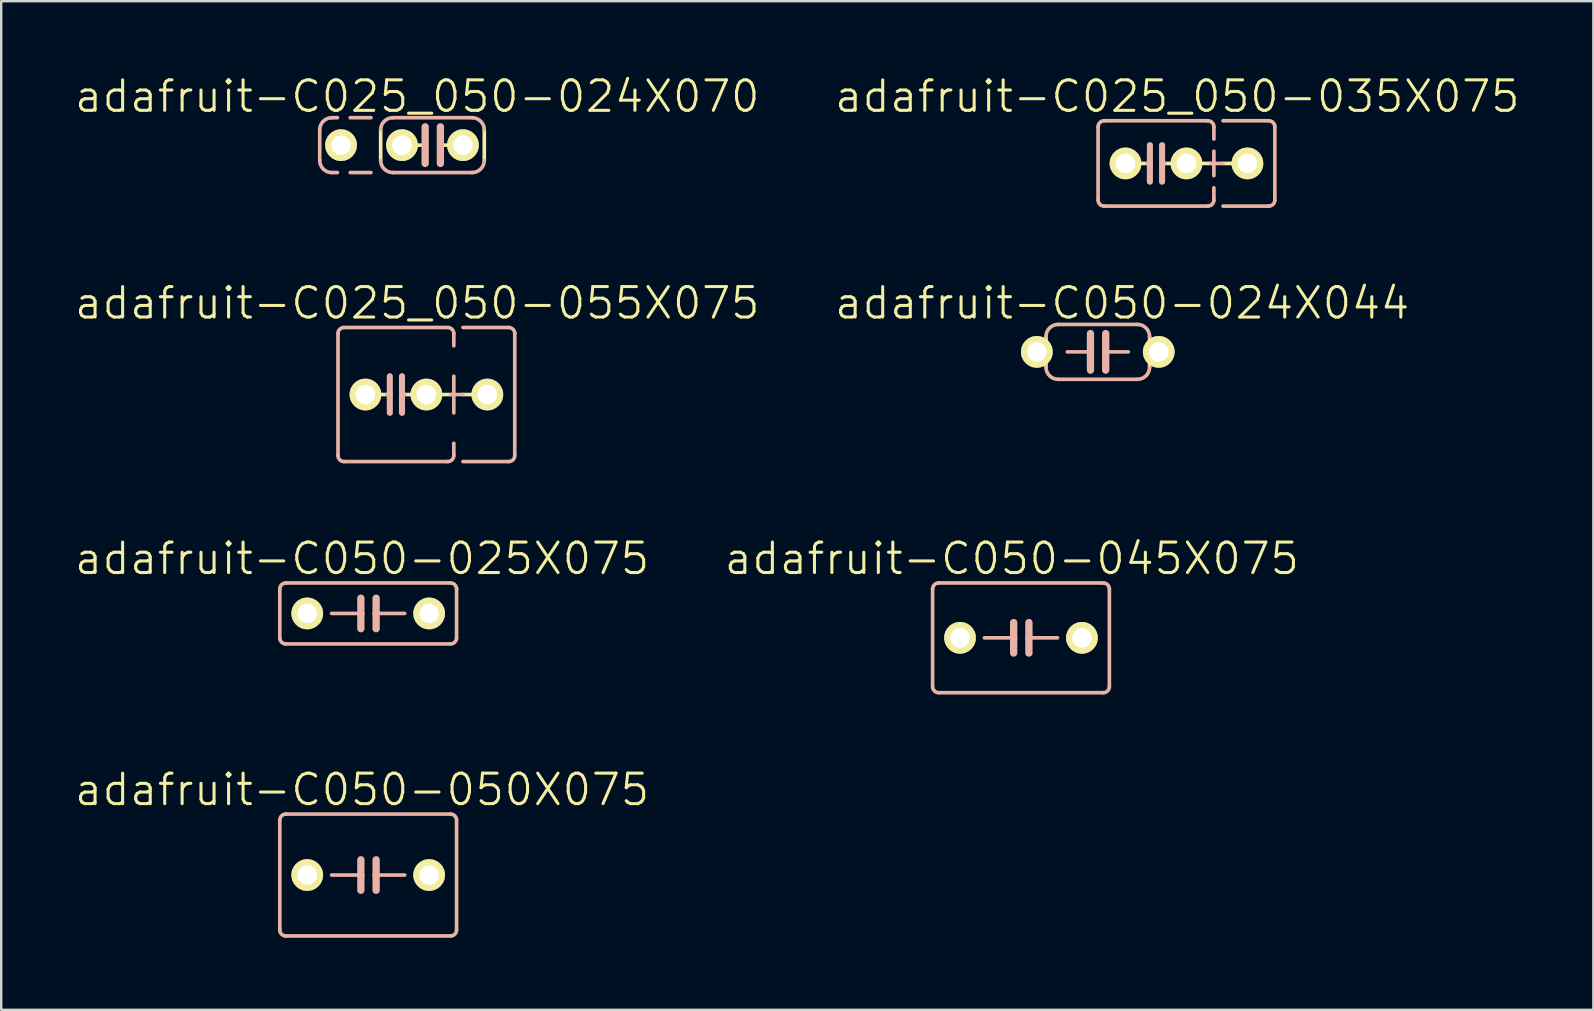
<source format=kicad_pcb>
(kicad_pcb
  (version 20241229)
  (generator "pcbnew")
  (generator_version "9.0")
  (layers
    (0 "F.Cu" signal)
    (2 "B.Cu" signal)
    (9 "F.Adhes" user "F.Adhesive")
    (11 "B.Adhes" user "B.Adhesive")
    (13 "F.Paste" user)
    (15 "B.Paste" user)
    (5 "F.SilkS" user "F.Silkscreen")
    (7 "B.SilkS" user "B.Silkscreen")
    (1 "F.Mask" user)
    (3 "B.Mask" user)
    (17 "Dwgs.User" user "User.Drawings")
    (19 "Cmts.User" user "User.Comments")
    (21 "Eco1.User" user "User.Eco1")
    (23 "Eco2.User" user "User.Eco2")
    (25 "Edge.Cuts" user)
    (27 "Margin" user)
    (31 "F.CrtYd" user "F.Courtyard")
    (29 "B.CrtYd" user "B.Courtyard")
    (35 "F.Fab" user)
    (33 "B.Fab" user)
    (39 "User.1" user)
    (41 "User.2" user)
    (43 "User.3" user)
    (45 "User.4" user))
  (footprint "adafruit-C050-045X075"
    (layer "F.Cu")
    (at 39.494 23.528)
    (property "Reference" "adafruit-C050-045X075" (at -0.381 -3.302 0) (layer "F.SilkS") (effects (font (size 1.27 1.27) (thickness 0.127))))
    (attr exclude_from_pos_files exclude_from_bom)
    (fp_line (start -3.683 -2.032) (end -3.683 2.032) (stroke (width 0.152) (type solid)) (layer "B.SilkS"))
    (fp_line (start -3.429 2.286) (end 3.429 2.286) (stroke (width 0.152) (type solid)) (layer "B.SilkS"))
    (fp_line (start -0.305 -0.635) (end -0.305 0) (stroke (width 0.305) (type solid)) (layer "B.SilkS"))
    (fp_line (start -0.305 0) (end -1.524 0) (stroke (width 0.152) (type solid)) (layer "B.SilkS"))
    (fp_line (start -0.305 0) (end -0.305 0.635) (stroke (width 0.305) (type solid)) (layer "B.SilkS"))
    (fp_line (start 0.33 -0.635) (end 0.33 0) (stroke (width 0.305) (type solid)) (layer "B.SilkS"))
    (fp_line (start 0.33 0) (end 0.33 0.635) (stroke (width 0.305) (type solid)) (layer "B.SilkS"))
    (fp_line (start 0.33 0) (end 1.524 0) (stroke (width 0.152) (type solid)) (layer "B.SilkS"))
    (fp_line (start 3.429 -2.286) (end -3.429 -2.286) (stroke (width 0.152) (type solid)) (layer "B.SilkS"))
    (fp_line (start 3.683 2.032) (end 3.683 -2.032) (stroke (width 0.152) (type solid)) (layer "B.SilkS"))
    (fp_arc (start -3.683 -2.032) (mid -3.608605 -2.211605) (end -3.429 -2.286) (stroke (width 0.1524) (type solid)) (layer "B.SilkS"))
    (fp_arc (start -3.429 2.286) (mid -3.608605 2.211605) (end -3.683 2.032) (stroke (width 0.1524) (type solid)) (layer "B.SilkS"))
    (fp_arc (start 3.429 -2.286) (mid 3.608605 -2.211605) (end 3.683 -2.032) (stroke (width 0.1524) (type solid)) (layer "B.SilkS"))
    (fp_arc (start 3.683 2.032) (mid 3.608605 2.211605) (end 3.429 2.286) (stroke (width 0.1524) (type solid)) (layer "B.SilkS"))
    (pad "1" thru_hole circle (at -2.54 0) (size 1.321 1.321) (drill 0.813) (layers "*.Cu" "F.Mask" "F.SilkS" "F.Paste"))
    (pad "2" thru_hole circle (at 2.54 0) (size 1.321 1.321) (drill 0.813) (layers "*.Cu" "F.Mask" "F.SilkS" "F.Paste")))
  (footprint "adafruit-C050-050X075"
    (layer "F.Cu")
    (at 12.292 33.412)
    (property "Reference" "adafruit-C050-050X075" (at -0.254 -3.556 0) (layer "F.SilkS") (effects (font (size 1.27 1.27) (thickness 0.127))))
    (attr exclude_from_pos_files exclude_from_bom)
    (fp_line (start -3.683 -2.286) (end -3.683 2.286) (stroke (width 0.152) (type solid)) (layer "B.SilkS"))
    (fp_line (start -3.429 2.54) (end 3.429 2.54) (stroke (width 0.152) (type solid)) (layer "B.SilkS"))
    (fp_line (start -0.305 -0.635) (end -0.305 0) (stroke (width 0.305) (type solid)) (layer "B.SilkS"))
    (fp_line (start -0.305 0) (end -1.524 0) (stroke (width 0.152) (type solid)) (layer "B.SilkS"))
    (fp_line (start -0.305 0) (end -0.305 0.635) (stroke (width 0.305) (type solid)) (layer "B.SilkS"))
    (fp_line (start 0.33 -0.635) (end 0.33 0) (stroke (width 0.305) (type solid)) (layer "B.SilkS"))
    (fp_line (start 0.33 0) (end 0.33 0.635) (stroke (width 0.305) (type solid)) (layer "B.SilkS"))
    (fp_line (start 0.33 0) (end 1.524 0) (stroke (width 0.152) (type solid)) (layer "B.SilkS"))
    (fp_line (start 3.429 -2.54) (end -3.429 -2.54) (stroke (width 0.152) (type solid)) (layer "B.SilkS"))
    (fp_line (start 3.683 2.286) (end 3.683 -2.286) (stroke (width 0.152) (type solid)) (layer "B.SilkS"))
    (fp_arc (start -3.683 -2.286) (mid -3.608605 -2.465605) (end -3.429 -2.54) (stroke (width 0.1524) (type solid)) (layer "B.SilkS"))
    (fp_arc (start -3.429 2.54) (mid -3.608605 2.465605) (end -3.683 2.286) (stroke (width 0.1524) (type solid)) (layer "B.SilkS"))
    (fp_arc (start 3.429 -2.54) (mid 3.608605 -2.465605) (end 3.683 -2.286) (stroke (width 0.1524) (type solid)) (layer "B.SilkS"))
    (fp_arc (start 3.683 2.286) (mid 3.608605 2.465605) (end 3.429 2.54) (stroke (width 0.1524) (type solid)) (layer "B.SilkS"))
    (pad "1" thru_hole circle (at -2.54 0) (size 1.321 1.321) (drill 0.813) (layers "*.Cu" "F.Mask" "F.SilkS" "F.Paste"))
    (pad "2" thru_hole circle (at 2.54 0) (size 1.321 1.321) (drill 0.813) (layers "*.Cu" "F.Mask" "F.SilkS" "F.Paste")))
  (footprint "adafruit-C025_050-024X070"
    (layer "F.Cu")
    (at 14.971 2.998)
    (property "Reference" "adafruit-C025_050-024X070" (at -0.635 -2.032 0) (layer "F.SilkS") (effects (font (size 1.27 1.27) (thickness 0.127))))
    (attr exclude_from_pos_files exclude_from_bom)
    (fp_line (start -2.159 0.635) (end -2.159 -0.635) (stroke (width 0.152) (type solid)) (layer "F.SilkS"))
    (fp_line (start -1.27 0) (end -0.305 0) (stroke (width 0.152) (type solid)) (layer "F.SilkS"))
    (fp_line (start 1.27 0) (end 0.33 0) (stroke (width 0.152) (type solid)) (layer "F.SilkS"))
    (fp_line (start 2.159 0.635) (end 2.159 -0.635) (stroke (width 0.152) (type solid)) (layer "F.SilkS"))
    (fp_line (start -4.699 0.635) (end -4.699 -0.635) (stroke (width 0.152) (type solid)) (layer "B.SilkS"))
    (fp_line (start -4.191 -1.143) (end -3.962 -1.143) (stroke (width 0.152) (type solid)) (layer "B.SilkS"))
    (fp_line (start -4.191 1.143) (end -3.962 1.143) (stroke (width 0.152) (type solid)) (layer "B.SilkS"))
    (fp_line (start -3.429 -1.143) (end -2.565 -1.143) (stroke (width 0.152) (type solid)) (layer "B.SilkS"))
    (fp_line (start -3.429 1.143) (end -2.565 1.143) (stroke (width 0.152) (type solid)) (layer "B.SilkS"))
    (fp_line (start -0.305 -0.762) (end -0.305 0.762) (stroke (width 0.305) (type solid)) (layer "B.SilkS"))
    (fp_line (start 0.33 -0.762) (end 0.33 0.762) (stroke (width 0.305) (type solid)) (layer "B.SilkS"))
    (fp_line (start 1.651 -1.143) (end -1.651 -1.143) (stroke (width 0.152) (type solid)) (layer "B.SilkS"))
    (fp_line (start 1.651 1.143) (end -1.651 1.143) (stroke (width 0.152) (type solid)) (layer "B.SilkS"))
    (fp_arc (start -4.699 -0.635) (mid -4.55021 -0.99421) (end -4.191 -1.143) (stroke (width 0.1524) (type solid)) (layer "B.SilkS"))
    (fp_arc (start -4.191 1.143) (mid -4.55021 0.99421) (end -4.699 0.635) (stroke (width 0.1524) (type solid)) (layer "B.SilkS"))
    (fp_arc (start -2.159 -0.635) (mid -2.01021 -0.99421) (end -1.651 -1.143) (stroke (width 0.1524) (type solid)) (layer "B.SilkS"))
    (fp_arc (start -1.651 1.143) (mid -2.01021 0.99421) (end -2.159 0.635) (stroke (width 0.1524) (type solid)) (layer "B.SilkS"))
    (fp_arc (start 1.651 -1.143) (mid 2.01021 -0.99421) (end 2.159 -0.635) (stroke (width 0.1524) (type solid)) (layer "B.SilkS"))
    (fp_arc (start 2.159 0.635) (mid 2.01021 0.99421) (end 1.651 1.143) (stroke (width 0.1524) (type solid)) (layer "B.SilkS"))
    (pad "1" thru_hole circle (at -3.81 0) (size 1.321 1.321) (drill 0.813) (layers "*.Cu" "F.Mask" "F.SilkS" "F.Paste"))
    (pad "2" thru_hole circle (at -1.27 0) (size 1.321 1.321) (drill 0.813) (layers "*.Cu" "F.Mask" "F.SilkS" "F.Paste"))
    (pad "3" thru_hole circle (at 1.27 0) (size 1.321 1.321) (drill 0.813) (layers "*.Cu" "F.Mask" "F.SilkS" "F.Paste")))
  (footprint "adafruit-C050-024X044"
    (layer "F.Cu")
    (at 42.694 11.612)
    (property "Reference" "adafruit-C050-024X044" (at 1.016 -2.032 0) (layer "F.SilkS") (effects (font (size 1.27 1.27) (thickness 0.127))))
    (attr exclude_from_pos_files exclude_from_bom)
    (fp_line (start -2.54 -0.381) (end -2.159 -0.381) (stroke (width 0.066) (type solid)) (layer "F.SilkS"))
    (fp_line (start -2.54 0.381) (end -2.54 -0.381) (stroke (width 0.066) (type solid)) (layer "F.SilkS"))
    (fp_line (start -2.54 0.381) (end -2.159 0.381) (stroke (width 0.066) (type solid)) (layer "F.SilkS"))
    (fp_line (start -2.159 0.381) (end -2.159 -0.381) (stroke (width 0.066) (type solid)) (layer "F.SilkS"))
    (fp_line (start -2.159 0.635) (end -2.159 -0.635) (stroke (width 0.152) (type solid)) (layer "F.SilkS"))
    (fp_line (start 2.159 -0.381) (end 2.54 -0.381) (stroke (width 0.066) (type solid)) (layer "F.SilkS"))
    (fp_line (start 2.159 0.381) (end 2.159 -0.381) (stroke (width 0.066) (type solid)) (layer "F.SilkS"))
    (fp_line (start 2.159 0.381) (end 2.54 0.381) (stroke (width 0.066) (type solid)) (layer "F.SilkS"))
    (fp_line (start 2.159 0.635) (end 2.159 -0.635) (stroke (width 0.152) (type solid)) (layer "F.SilkS"))
    (fp_line (start 2.54 0.381) (end 2.54 -0.381) (stroke (width 0.066) (type solid)) (layer "F.SilkS"))
    (fp_line (start -1.27 0) (end -0.305 0) (stroke (width 0.152) (type solid)) (layer "B.SilkS"))
    (fp_line (start -0.305 -0.762) (end -0.305 0) (stroke (width 0.305) (type solid)) (layer "B.SilkS"))
    (fp_line (start -0.305 0) (end -0.305 0.762) (stroke (width 0.305) (type solid)) (layer "B.SilkS"))
    (fp_line (start 0.33 -0.762) (end 0.33 0) (stroke (width 0.305) (type solid)) (layer "B.SilkS"))
    (fp_line (start 0.33 0) (end 0.33 0.762) (stroke (width 0.305) (type solid)) (layer "B.SilkS"))
    (fp_line (start 1.27 0) (end 0.33 0) (stroke (width 0.152) (type solid)) (layer "B.SilkS"))
    (fp_line (start 1.651 -1.143) (end -1.651 -1.143) (stroke (width 0.152) (type solid)) (layer "B.SilkS"))
    (fp_line (start 1.651 1.143) (end -1.651 1.143) (stroke (width 0.152) (type solid)) (layer "B.SilkS"))
    (fp_arc (start -2.159 -0.635) (mid -2.01021 -0.99421) (end -1.651 -1.143) (stroke (width 0.1524) (type solid)) (layer "B.SilkS"))
    (fp_arc (start -1.651 1.143) (mid -2.01021 0.99421) (end -2.159 0.635) (stroke (width 0.1524) (type solid)) (layer "B.SilkS"))
    (fp_arc (start 1.651 -1.143) (mid 2.01021 -0.99421) (end 2.159 -0.635) (stroke (width 0.1524) (type solid)) (layer "B.SilkS"))
    (fp_arc (start 2.159 0.635) (mid 2.01021 0.99421) (end 1.651 1.143) (stroke (width 0.1524) (type solid)) (layer "B.SilkS"))
    (pad "1" thru_hole circle (at -2.54 0) (size 1.321 1.321) (drill 0.813) (layers "*.Cu" "F.Mask" "F.SilkS" "F.Paste"))
    (pad "2" thru_hole circle (at 2.54 0) (size 1.321 1.321) (drill 0.813) (layers "*.Cu" "F.Mask" "F.SilkS" "F.Paste")))
  (footprint "adafruit-C050-025X075"
    (layer "F.Cu")
    (at 12.292 22.512)
    (property "Reference" "adafruit-C050-025X075" (at -0.254 -2.286 0) (layer "F.SilkS") (effects (font (size 1.27 1.27) (thickness 0.127))))
    (attr exclude_from_pos_files exclude_from_bom)
    (fp_line (start -3.683 -1.016) (end -3.683 1.016) (stroke (width 0.152) (type solid)) (layer "B.SilkS"))
    (fp_line (start -3.429 1.27) (end 3.429 1.27) (stroke (width 0.152) (type solid)) (layer "B.SilkS"))
    (fp_line (start -0.305 -0.635) (end -0.305 0) (stroke (width 0.305) (type solid)) (layer "B.SilkS"))
    (fp_line (start -0.305 0) (end -1.524 0) (stroke (width 0.152) (type solid)) (layer "B.SilkS"))
    (fp_line (start -0.305 0) (end -0.305 0.635) (stroke (width 0.305) (type solid)) (layer "B.SilkS"))
    (fp_line (start 0.33 -0.635) (end 0.33 0) (stroke (width 0.305) (type solid)) (layer "B.SilkS"))
    (fp_line (start 0.33 0) (end 0.33 0.635) (stroke (width 0.305) (type solid)) (layer "B.SilkS"))
    (fp_line (start 0.33 0) (end 1.524 0) (stroke (width 0.152) (type solid)) (layer "B.SilkS"))
    (fp_line (start 3.429 -1.27) (end -3.429 -1.27) (stroke (width 0.152) (type solid)) (layer "B.SilkS"))
    (fp_line (start 3.683 1.016) (end 3.683 -1.016) (stroke (width 0.152) (type solid)) (layer "B.SilkS"))
    (fp_arc (start -3.683 -1.016) (mid -3.608605 -1.195605) (end -3.429 -1.27) (stroke (width 0.1524) (type solid)) (layer "B.SilkS"))
    (fp_arc (start -3.429 1.27) (mid -3.608605 1.195605) (end -3.683 1.016) (stroke (width 0.1524) (type solid)) (layer "B.SilkS"))
    (fp_arc (start 3.429 -1.27) (mid 3.608605 -1.195605) (end 3.683 -1.016) (stroke (width 0.1524) (type solid)) (layer "B.SilkS"))
    (fp_arc (start 3.683 1.016) (mid 3.608605 1.195605) (end 3.429 1.27) (stroke (width 0.1524) (type solid)) (layer "B.SilkS"))
    (pad "1" thru_hole circle (at -2.54 0) (size 1.321 1.321) (drill 0.813) (layers "*.Cu" "F.Mask" "F.SilkS" "F.Paste"))
    (pad "2" thru_hole circle (at 2.54 0) (size 1.321 1.321) (drill 0.813) (layers "*.Cu" "F.Mask" "F.SilkS" "F.Paste")))
  (footprint "adafruit-C025_050-055X075"
    (layer "F.Cu")
    (at 13.447 13.39)
    (property "Reference" "adafruit-C025_050-055X075" (at 0.889 -3.81 0) (layer "F.SilkS") (effects (font (size 1.27 1.27) (thickness 0.127))))
    (attr exclude_from_pos_files exclude_from_bom)
    (fp_line (start -0.381 0) (end -0.762 0) (stroke (width 0.152) (type solid)) (layer "F.SilkS"))
    (fp_line (start 0.381 0) (end 0.762 0) (stroke (width 0.152) (type solid)) (layer "F.SilkS"))
    (fp_line (start 1.778 0) (end 2.286 0) (stroke (width 0.152) (type solid)) (layer "F.SilkS"))
    (fp_line (start 2.794 0) (end 3.302 0) (stroke (width 0.152) (type solid)) (layer "F.SilkS"))
    (fp_line (start -2.413 -2.54) (end -2.413 2.54) (stroke (width 0.152) (type solid)) (layer "B.SilkS"))
    (fp_line (start -2.159 -2.794) (end 2.159 -2.794) (stroke (width 0.152) (type solid)) (layer "B.SilkS"))
    (fp_line (start -0.254 -0.762) (end -0.254 0) (stroke (width 0.254) (type solid)) (layer "B.SilkS"))
    (fp_line (start -0.254 0) (end -0.381 0) (stroke (width 0.152) (type solid)) (layer "B.SilkS"))
    (fp_line (start -0.254 0) (end -0.254 0.762) (stroke (width 0.254) (type solid)) (layer "B.SilkS"))
    (fp_line (start 0.254 0) (end 0.254 -0.762) (stroke (width 0.254) (type solid)) (layer "B.SilkS"))
    (fp_line (start 0.254 0) (end 0.254 0.762) (stroke (width 0.254) (type solid)) (layer "B.SilkS"))
    (fp_line (start 0.381 0) (end 0.254 0) (stroke (width 0.152) (type solid)) (layer "B.SilkS"))
    (fp_line (start 2.159 2.794) (end -2.159 2.794) (stroke (width 0.152) (type solid)) (layer "B.SilkS"))
    (fp_line (start 2.286 0) (end 2.794 0) (stroke (width 0.152) (type solid)) (layer "B.SilkS"))
    (fp_line (start 2.413 -2.54) (end 2.413 -2.032) (stroke (width 0.152) (type solid)) (layer "B.SilkS"))
    (fp_line (start 2.413 -0.762) (end 2.413 0.762) (stroke (width 0.152) (type solid)) (layer "B.SilkS"))
    (fp_line (start 2.413 2.032) (end 2.413 2.54) (stroke (width 0.152) (type solid)) (layer "B.SilkS"))
    (fp_line (start 2.794 -2.794) (end 4.699 -2.794) (stroke (width 0.152) (type solid)) (layer "B.SilkS"))
    (fp_line (start 4.699 2.794) (end 2.794 2.794) (stroke (width 0.152) (type solid)) (layer "B.SilkS"))
    (fp_line (start 4.953 -2.54) (end 4.953 2.54) (stroke (width 0.152) (type solid)) (layer "B.SilkS"))
    (fp_arc (start -2.413 -2.54) (mid -2.338605 -2.719605) (end -2.159 -2.794) (stroke (width 0.1524) (type solid)) (layer "B.SilkS"))
    (fp_arc (start -2.159 2.794) (mid -2.338605 2.719605) (end -2.413 2.54) (stroke (width 0.1524) (type solid)) (layer "B.SilkS"))
    (fp_arc (start 2.159 -2.794) (mid 2.338605 -2.719605) (end 2.413 -2.54) (stroke (width 0.1524) (type solid)) (layer "B.SilkS"))
    (fp_arc (start 2.413 2.54) (mid 2.338605 2.719605) (end 2.159 2.794) (stroke (width 0.1524) (type solid)) (layer "B.SilkS"))
    (fp_arc (start 4.699 -2.794) (mid 4.878605 -2.719605) (end 4.953 -2.54) (stroke (width 0.1524) (type solid)) (layer "B.SilkS"))
    (fp_arc (start 4.953 2.54) (mid 4.878605 2.719605) (end 4.699 2.794) (stroke (width 0.1524) (type solid)) (layer "B.SilkS"))
    (pad "1" thru_hole circle (at -1.27 0) (size 1.321 1.321) (drill 0.813) (layers "*.Cu" "F.Mask" "F.SilkS" "F.Paste"))
    (pad "2" thru_hole circle (at 1.27 0) (size 1.321 1.321) (drill 0.813) (layers "*.Cu" "F.Mask" "F.SilkS" "F.Paste"))
    (pad "3" thru_hole circle (at 3.81 0) (size 1.321 1.321) (drill 0.813) (layers "*.Cu" "F.Mask" "F.SilkS" "F.Paste")))
  (footprint "adafruit-C025_050-035X075"
    (layer "F.Cu")
    (at 45.119 3.76)
    (property "Reference" "adafruit-C025_050-035X075" (at 0.889 -2.794 0) (layer "F.SilkS") (effects (font (size 1.27 1.27) (thickness 0.127))))
    (attr exclude_from_pos_files exclude_from_bom)
    (fp_line (start -0.381 0) (end -0.762 0) (stroke (width 0.152) (type solid)) (layer "F.SilkS"))
    (fp_line (start 0.381 0) (end 0.762 0) (stroke (width 0.152) (type solid)) (layer "F.SilkS"))
    (fp_line (start 2.286 0) (end 1.778 0) (stroke (width 0.152) (type solid)) (layer "F.SilkS"))
    (fp_line (start 2.794 0) (end 3.302 0) (stroke (width 0.152) (type solid)) (layer "F.SilkS"))
    (fp_line (start -2.413 -1.524) (end -2.413 1.524) (stroke (width 0.152) (type solid)) (layer "B.SilkS"))
    (fp_line (start -2.159 -1.778) (end 2.159 -1.778) (stroke (width 0.152) (type solid)) (layer "B.SilkS"))
    (fp_line (start -0.254 -0.762) (end -0.254 0) (stroke (width 0.254) (type solid)) (layer "B.SilkS"))
    (fp_line (start -0.254 0) (end -0.381 0) (stroke (width 0.152) (type solid)) (layer "B.SilkS"))
    (fp_line (start -0.254 0) (end -0.254 0.762) (stroke (width 0.254) (type solid)) (layer "B.SilkS"))
    (fp_line (start 0.254 0) (end 0.254 -0.762) (stroke (width 0.254) (type solid)) (layer "B.SilkS"))
    (fp_line (start 0.254 0) (end 0.254 0.762) (stroke (width 0.254) (type solid)) (layer "B.SilkS"))
    (fp_line (start 0.381 0) (end 0.254 0) (stroke (width 0.152) (type solid)) (layer "B.SilkS"))
    (fp_line (start 2.159 1.778) (end -2.159 1.778) (stroke (width 0.152) (type solid)) (layer "B.SilkS"))
    (fp_line (start 2.286 0) (end 2.794 0) (stroke (width 0.152) (type solid)) (layer "B.SilkS"))
    (fp_line (start 2.413 -1.524) (end 2.413 -1.016) (stroke (width 0.152) (type solid)) (layer "B.SilkS"))
    (fp_line (start 2.413 -0.508) (end 2.413 0.508) (stroke (width 0.152) (type solid)) (layer "B.SilkS"))
    (fp_line (start 2.413 1.016) (end 2.413 1.524) (stroke (width 0.152) (type solid)) (layer "B.SilkS"))
    (fp_line (start 2.794 -1.778) (end 4.699 -1.778) (stroke (width 0.152) (type solid)) (layer "B.SilkS"))
    (fp_line (start 4.699 1.778) (end 2.794 1.778) (stroke (width 0.152) (type solid)) (layer "B.SilkS"))
    (fp_line (start 4.953 -1.524) (end 4.953 1.524) (stroke (width 0.152) (type solid)) (layer "B.SilkS"))
    (fp_arc (start -2.413 -1.524) (mid -2.338605 -1.703605) (end -2.159 -1.778) (stroke (width 0.1524) (type solid)) (layer "B.SilkS"))
    (fp_arc (start -2.159 1.778) (mid -2.338605 1.703605) (end -2.413 1.524) (stroke (width 0.1524) (type solid)) (layer "B.SilkS"))
    (fp_arc (start 2.159 -1.778) (mid 2.338605 -1.703605) (end 2.413 -1.524) (stroke (width 0.1524) (type solid)) (layer "B.SilkS"))
    (fp_arc (start 2.413 1.524) (mid 2.338605 1.703605) (end 2.159 1.778) (stroke (width 0.1524) (type solid)) (layer "B.SilkS"))
    (fp_arc (start 4.699 -1.778) (mid 4.878605 -1.703605) (end 4.953 -1.524) (stroke (width 0.1524) (type solid)) (layer "B.SilkS"))
    (fp_arc (start 4.953 1.524) (mid 4.878605 1.703605) (end 4.699 1.778) (stroke (width 0.1524) (type solid)) (layer "B.SilkS"))
    (pad "1" thru_hole circle (at -1.27 0) (size 1.321 1.321) (drill 0.813) (layers "*.Cu" "F.Mask" "F.SilkS" "F.Paste"))
    (pad "2" thru_hole circle (at 1.27 0) (size 1.321 1.321) (drill 0.813) (layers "*.Cu" "F.Mask" "F.SilkS" "F.Paste"))
    (pad "3" thru_hole circle (at 3.81 0) (size 1.321 1.321) (drill 0.813) (layers "*.Cu" "F.Mask" "F.SilkS" "F.Paste")))
  (gr_rect
    (start -3 -3)
    (end 63.344 39.028)
    (stroke (width 0.1) (type default))
    (fill no)
    (layer "Edge.Cuts")))
</source>
